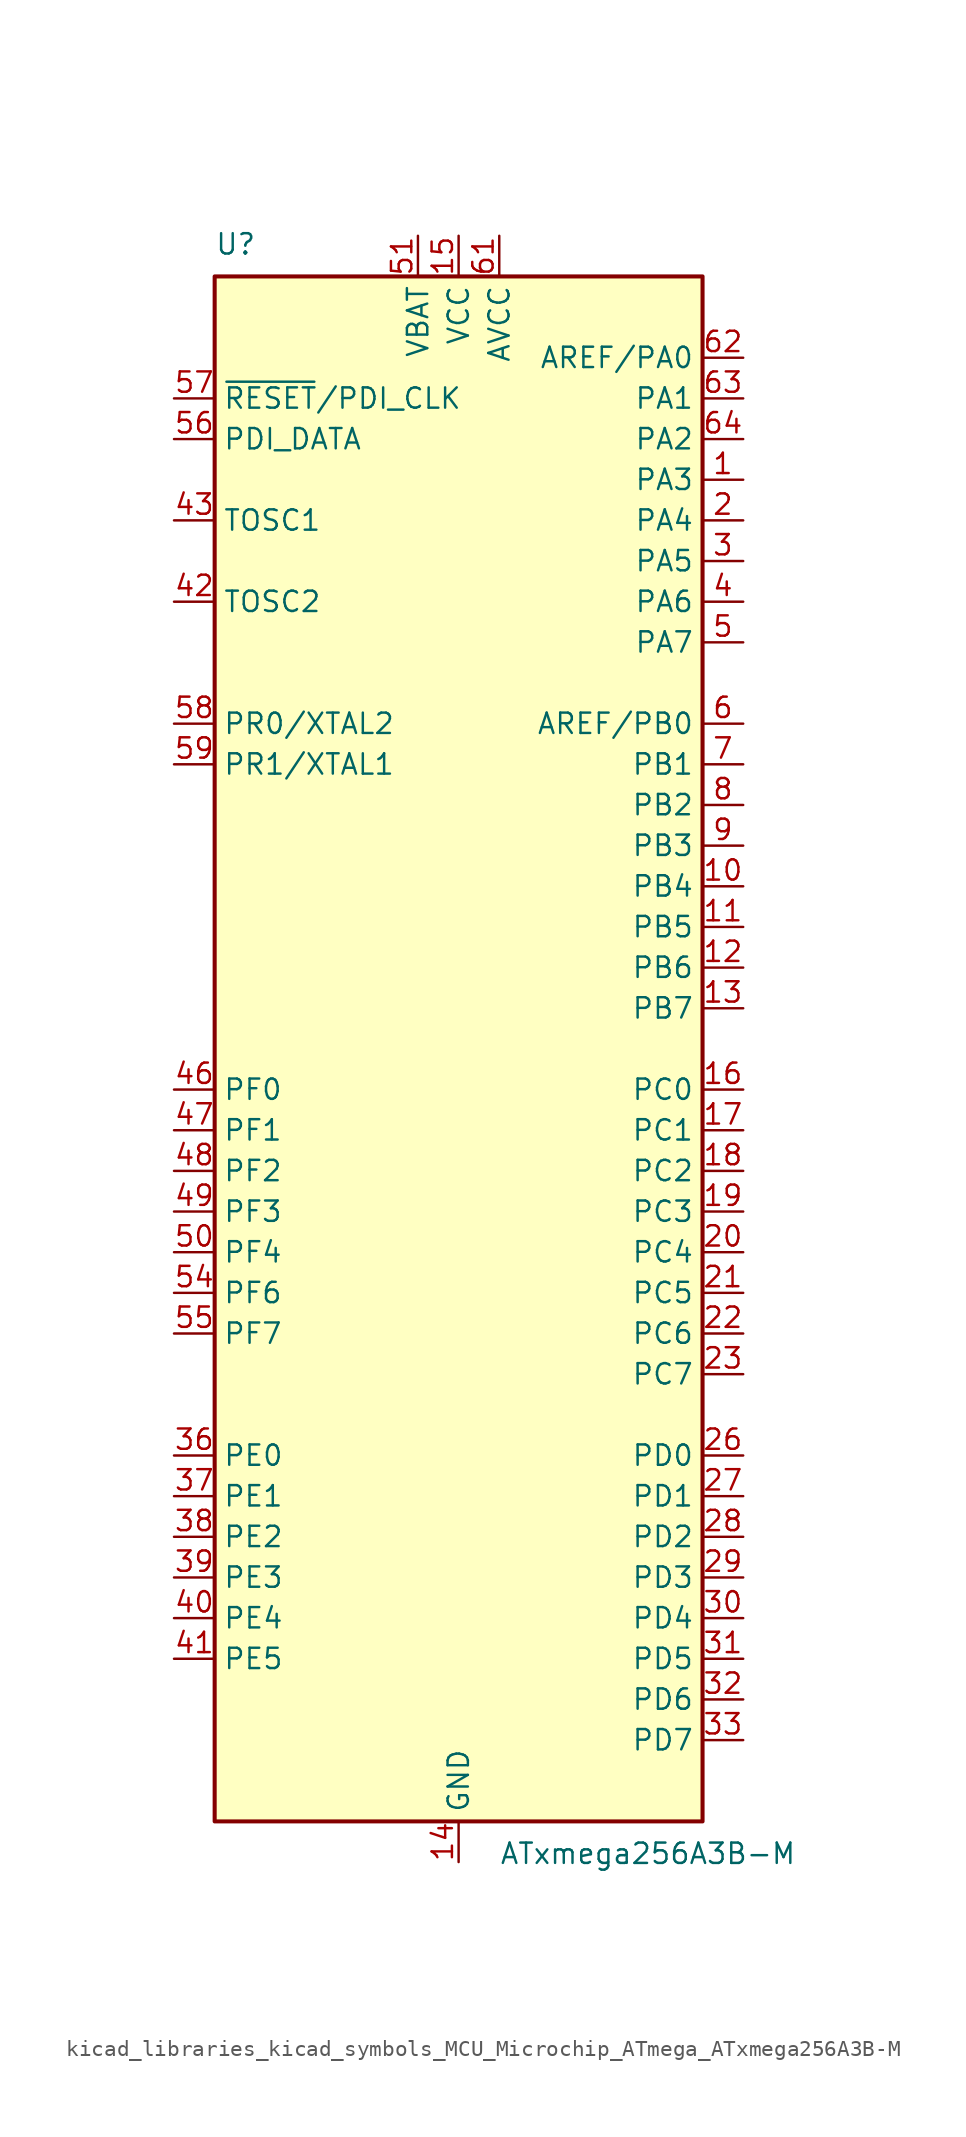
<source format=kicad_sym>
(kicad_symbol_lib
  (version 20220914)
  (generator kicad_symbol_editor)
  (symbol "kicad_libraries_kicad_symbols_MCU_Microchip_ATmega_ATxmega256A3B-M"
    (property "Reference" "U"
      (at -15.24 49.53 0)
      (effects (font (size 1.27 1.27)) (justify left bottom)))
    (property "Value" "ATxmega256A3B-M"
      (at 2.54 -49.53 0)
      (effects (font (size 1.27 1.27)) (justify left top)))
    (symbol "kicad_libraries_kicad_symbols_MCU_Microchip_ATmega_ATxmega256A3B-M_0_1"
      (rectangle (start -15.24 -48.26) (end 15.24 48.26) (stroke (width 0.254) (type default)) (fill (type background))))
    (symbol "kicad_libraries_kicad_symbols_MCU_Microchip_ATmega_ATxmega256A3B-M_1_1"
      (pin bidirectional line (at 17.78 35.56 180) (length 2.54) (name "PA3" (effects (font (size 1.27 1.27)))) (number "1" (effects (font (size 1.27 1.27)))))
      (pin bidirectional line (at 17.78 10.16 180) (length 2.54) (name "PB4" (effects (font (size 1.27 1.27)))) (number "10" (effects (font (size 1.27 1.27)))))
      (pin bidirectional line (at 17.78 7.62 180) (length 2.54) (name "PB5" (effects (font (size 1.27 1.27)))) (number "11" (effects (font (size 1.27 1.27)))))
      (pin bidirectional line (at 17.78 5.08 180) (length 2.54) (name "PB6" (effects (font (size 1.27 1.27)))) (number "12" (effects (font (size 1.27 1.27)))))
      (pin bidirectional line (at 17.78 2.54 180) (length 2.54) (name "PB7" (effects (font (size 1.27 1.27)))) (number "13" (effects (font (size 1.27 1.27)))))
      (pin power_in line (at 0 -50.8 90) (length 2.54) (name "GND" (effects (font (size 1.27 1.27)))) (number "14" (effects (font (size 1.27 1.27)))))
      (pin power_in line (at 0 50.8 270) (length 2.54) (name "VCC" (effects (font (size 1.27 1.27)))) (number "15" (effects (font (size 1.27 1.27)))))
      (pin bidirectional line (at 17.78 -2.54 180) (length 2.54) (name "PC0" (effects (font (size 1.27 1.27)))) (number "16" (effects (font (size 1.27 1.27)))))
      (pin bidirectional line (at 17.78 -5.08 180) (length 2.54) (name "PC1" (effects (font (size 1.27 1.27)))) (number "17" (effects (font (size 1.27 1.27)))))
      (pin bidirectional line (at 17.78 -7.62 180) (length 2.54) (name "PC2" (effects (font (size 1.27 1.27)))) (number "18" (effects (font (size 1.27 1.27)))))
      (pin bidirectional line (at 17.78 -10.16 180) (length 2.54) (name "PC3" (effects (font (size 1.27 1.27)))) (number "19" (effects (font (size 1.27 1.27)))))
      (pin bidirectional line (at 17.78 33.02 180) (length 2.54) (name "PA4" (effects (font (size 1.27 1.27)))) (number "2" (effects (font (size 1.27 1.27)))))
      (pin bidirectional line (at 17.78 -12.7 180) (length 2.54) (name "PC4" (effects (font (size 1.27 1.27)))) (number "20" (effects (font (size 1.27 1.27)))))
      (pin bidirectional line (at 17.78 -15.24 180) (length 2.54) (name "PC5" (effects (font (size 1.27 1.27)))) (number "21" (effects (font (size 1.27 1.27)))))
      (pin bidirectional line (at 17.78 -17.78 180) (length 2.54) (name "PC6" (effects (font (size 1.27 1.27)))) (number "22" (effects (font (size 1.27 1.27)))))
      (pin bidirectional line (at 17.78 -20.32 180) (length 2.54) (name "PC7" (effects (font (size 1.27 1.27)))) (number "23" (effects (font (size 1.27 1.27)))))
      (pin passive line (at 0 -50.8 90) (length 2.54) hide (name "GND" (effects (font (size 1.27 1.27)))) (number "24" (effects (font (size 1.27 1.27)))))
      (pin passive line (at 0 50.8 270) (length 2.54) hide (name "VCC" (effects (font (size 1.27 1.27)))) (number "25" (effects (font (size 1.27 1.27)))))
      (pin bidirectional line (at 17.78 -25.4 180) (length 2.54) (name "PD0" (effects (font (size 1.27 1.27)))) (number "26" (effects (font (size 1.27 1.27)))))
      (pin bidirectional line (at 17.78 -27.94 180) (length 2.54) (name "PD1" (effects (font (size 1.27 1.27)))) (number "27" (effects (font (size 1.27 1.27)))))
      (pin bidirectional line (at 17.78 -30.48 180) (length 2.54) (name "PD2" (effects (font (size 1.27 1.27)))) (number "28" (effects (font (size 1.27 1.27)))))
      (pin bidirectional line (at 17.78 -33.02 180) (length 2.54) (name "PD3" (effects (font (size 1.27 1.27)))) (number "29" (effects (font (size 1.27 1.27)))))
      (pin bidirectional line (at 17.78 30.48 180) (length 2.54) (name "PA5" (effects (font (size 1.27 1.27)))) (number "3" (effects (font (size 1.27 1.27)))))
      (pin bidirectional line (at 17.78 -35.56 180) (length 2.54) (name "PD4" (effects (font (size 1.27 1.27)))) (number "30" (effects (font (size 1.27 1.27)))))
      (pin bidirectional line (at 17.78 -38.1 180) (length 2.54) (name "PD5" (effects (font (size 1.27 1.27)))) (number "31" (effects (font (size 1.27 1.27)))))
      (pin bidirectional line (at 17.78 -40.64 180) (length 2.54) (name "PD6" (effects (font (size 1.27 1.27)))) (number "32" (effects (font (size 1.27 1.27)))))
      (pin bidirectional line (at 17.78 -43.18 180) (length 2.54) (name "PD7" (effects (font (size 1.27 1.27)))) (number "33" (effects (font (size 1.27 1.27)))))
      (pin passive line (at 0 -50.8 90) (length 2.54) hide (name "GND" (effects (font (size 1.27 1.27)))) (number "34" (effects (font (size 1.27 1.27)))))
      (pin passive line (at 0 50.8 270) (length 2.54) hide (name "VCC" (effects (font (size 1.27 1.27)))) (number "35" (effects (font (size 1.27 1.27)))))
      (pin bidirectional line (at -17.78 -25.4 0) (length 2.54) (name "PE0" (effects (font (size 1.27 1.27)))) (number "36" (effects (font (size 1.27 1.27)))))
      (pin bidirectional line (at -17.78 -27.94 0) (length 2.54) (name "PE1" (effects (font (size 1.27 1.27)))) (number "37" (effects (font (size 1.27 1.27)))))
      (pin bidirectional line (at -17.78 -30.48 0) (length 2.54) (name "PE2" (effects (font (size 1.27 1.27)))) (number "38" (effects (font (size 1.27 1.27)))))
      (pin bidirectional line (at -17.78 -33.02 0) (length 2.54) (name "PE3" (effects (font (size 1.27 1.27)))) (number "39" (effects (font (size 1.27 1.27)))))
      (pin bidirectional line (at 17.78 27.94 180) (length 2.54) (name "PA6" (effects (font (size 1.27 1.27)))) (number "4" (effects (font (size 1.27 1.27)))))
      (pin bidirectional line (at -17.78 -35.56 0) (length 2.54) (name "PE4" (effects (font (size 1.27 1.27)))) (number "40" (effects (font (size 1.27 1.27)))))
      (pin bidirectional line (at -17.78 -38.1 0) (length 2.54) (name "PE5" (effects (font (size 1.27 1.27)))) (number "41" (effects (font (size 1.27 1.27)))))
      (pin passive line (at -17.78 27.94 0) (length 2.54) (name "TOSC2" (effects (font (size 1.27 1.27)))) (number "42" (effects (font (size 1.27 1.27)))))
      (pin input line (at -17.78 33.02 0) (length 2.54) (name "TOSC1" (effects (font (size 1.27 1.27)))) (number "43" (effects (font (size 1.27 1.27)))))
      (pin passive line (at 0 -50.8 90) (length 2.54) hide (name "GND" (effects (font (size 1.27 1.27)))) (number "44" (effects (font (size 1.27 1.27)))))
      (pin passive line (at 0 50.8 270) (length 2.54) hide (name "VCC" (effects (font (size 1.27 1.27)))) (number "45" (effects (font (size 1.27 1.27)))))
      (pin bidirectional line (at -17.78 -2.54 0) (length 2.54) (name "PF0" (effects (font (size 1.27 1.27)))) (number "46" (effects (font (size 1.27 1.27)))))
      (pin bidirectional line (at -17.78 -5.08 0) (length 2.54) (name "PF1" (effects (font (size 1.27 1.27)))) (number "47" (effects (font (size 1.27 1.27)))))
      (pin bidirectional line (at -17.78 -7.62 0) (length 2.54) (name "PF2" (effects (font (size 1.27 1.27)))) (number "48" (effects (font (size 1.27 1.27)))))
      (pin bidirectional line (at -17.78 -10.16 0) (length 2.54) (name "PF3" (effects (font (size 1.27 1.27)))) (number "49" (effects (font (size 1.27 1.27)))))
      (pin bidirectional line (at 17.78 25.4 180) (length 2.54) (name "PA7" (effects (font (size 1.27 1.27)))) (number "5" (effects (font (size 1.27 1.27)))))
      (pin bidirectional line (at -17.78 -12.7 0) (length 2.54) (name "PF4" (effects (font (size 1.27 1.27)))) (number "50" (effects (font (size 1.27 1.27)))))
      (pin power_in line (at -2.54 50.8 270) (length 2.54) (name "VBAT" (effects (font (size 1.27 1.27)))) (number "51" (effects (font (size 1.27 1.27)))))
      (pin passive line (at 0 -50.8 90) (length 2.54) hide (name "GND" (effects (font (size 1.27 1.27)))) (number "52" (effects (font (size 1.27 1.27)))))
      (pin passive line (at 0 50.8 270) (length 2.54) hide (name "VCC" (effects (font (size 1.27 1.27)))) (number "53" (effects (font (size 1.27 1.27)))))
      (pin bidirectional line (at -17.78 -15.24 0) (length 2.54) (name "PF6" (effects (font (size 1.27 1.27)))) (number "54" (effects (font (size 1.27 1.27)))))
      (pin bidirectional line (at -17.78 -17.78 0) (length 2.54) (name "PF7" (effects (font (size 1.27 1.27)))) (number "55" (effects (font (size 1.27 1.27)))))
      (pin bidirectional line (at -17.78 38.1 0) (length 2.54) (name "PDI_DATA" (effects (font (size 1.27 1.27)))) (number "56" (effects (font (size 1.27 1.27)))))
      (pin input line (at -17.78 40.64 0) (length 2.54) (name "~{RESET}/PDI_CLK" (effects (font (size 1.27 1.27)))) (number "57" (effects (font (size 1.27 1.27)))))
      (pin bidirectional line (at -17.78 20.32 0) (length 2.54) (name "PR0/XTAL2" (effects (font (size 1.27 1.27)))) (number "58" (effects (font (size 1.27 1.27)))))
      (pin bidirectional line (at -17.78 17.78 0) (length 2.54) (name "PR1/XTAL1" (effects (font (size 1.27 1.27)))) (number "59" (effects (font (size 1.27 1.27)))))
      (pin bidirectional line (at 17.78 20.32 180) (length 2.54) (name "AREF/PB0" (effects (font (size 1.27 1.27)))) (number "6" (effects (font (size 1.27 1.27)))))
      (pin passive line (at 0 -50.8 90) (length 2.54) hide (name "GND" (effects (font (size 1.27 1.27)))) (number "60" (effects (font (size 1.27 1.27)))))
      (pin power_in line (at 2.54 50.8 270) (length 2.54) (name "AVCC" (effects (font (size 1.27 1.27)))) (number "61" (effects (font (size 1.27 1.27)))))
      (pin bidirectional line (at 17.78 43.18 180) (length 2.54) (name "AREF/PA0" (effects (font (size 1.27 1.27)))) (number "62" (effects (font (size 1.27 1.27)))))
      (pin bidirectional line (at 17.78 40.64 180) (length 2.54) (name "PA1" (effects (font (size 1.27 1.27)))) (number "63" (effects (font (size 1.27 1.27)))))
      (pin bidirectional line (at 17.78 38.1 180) (length 2.54) (name "PA2" (effects (font (size 1.27 1.27)))) (number "64" (effects (font (size 1.27 1.27)))))
      (pin passive line (at 0 -50.8 90) (length 2.54) hide (name "GND" (effects (font (size 1.27 1.27)))) (number "65" (effects (font (size 1.27 1.27)))))
      (pin bidirectional line (at 17.78 17.78 180) (length 2.54) (name "PB1" (effects (font (size 1.27 1.27)))) (number "7" (effects (font (size 1.27 1.27)))))
      (pin bidirectional line (at 17.78 15.24 180) (length 2.54) (name "PB2" (effects (font (size 1.27 1.27)))) (number "8" (effects (font (size 1.27 1.27)))))
      (pin bidirectional line (at 17.78 12.7 180) (length 2.54) (name "PB3" (effects (font (size 1.27 1.27)))) (number "9" (effects (font (size 1.27 1.27))))))))
</source>
